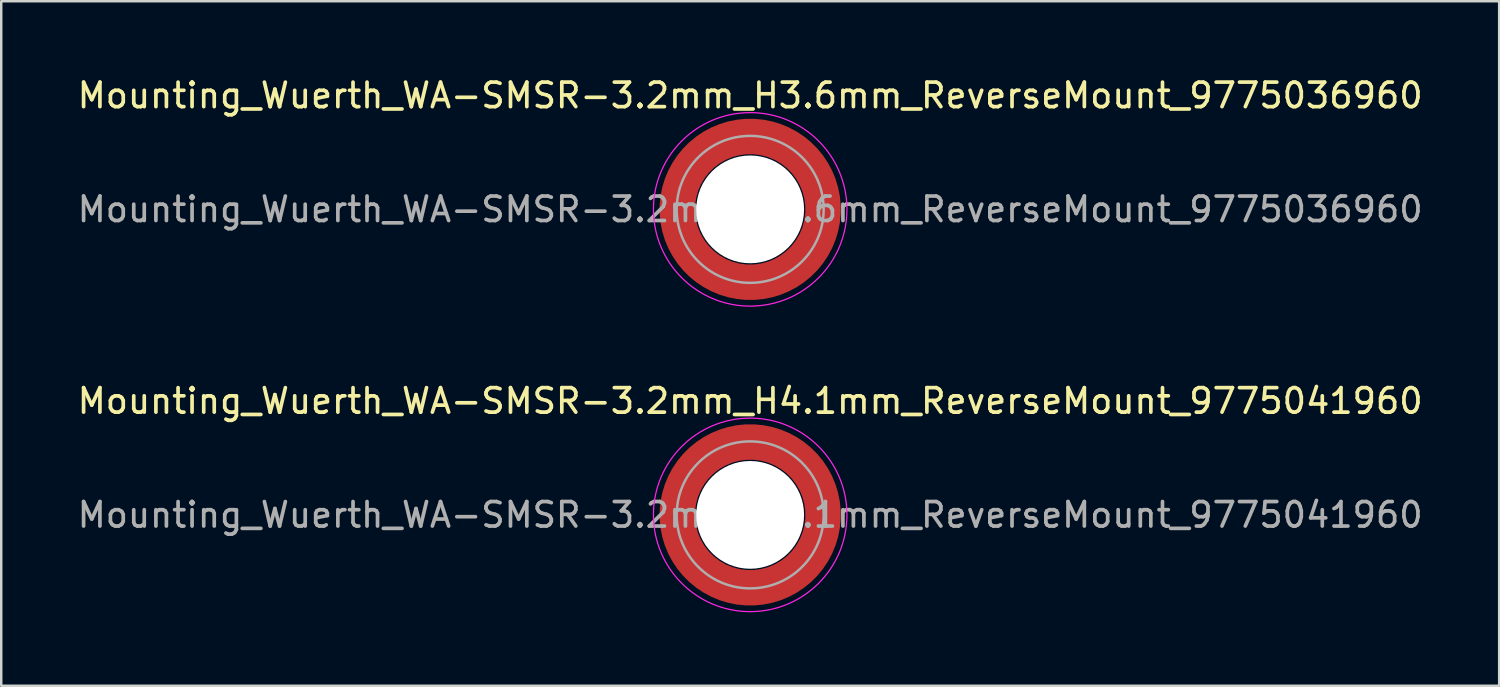
<source format=kicad_pcb>
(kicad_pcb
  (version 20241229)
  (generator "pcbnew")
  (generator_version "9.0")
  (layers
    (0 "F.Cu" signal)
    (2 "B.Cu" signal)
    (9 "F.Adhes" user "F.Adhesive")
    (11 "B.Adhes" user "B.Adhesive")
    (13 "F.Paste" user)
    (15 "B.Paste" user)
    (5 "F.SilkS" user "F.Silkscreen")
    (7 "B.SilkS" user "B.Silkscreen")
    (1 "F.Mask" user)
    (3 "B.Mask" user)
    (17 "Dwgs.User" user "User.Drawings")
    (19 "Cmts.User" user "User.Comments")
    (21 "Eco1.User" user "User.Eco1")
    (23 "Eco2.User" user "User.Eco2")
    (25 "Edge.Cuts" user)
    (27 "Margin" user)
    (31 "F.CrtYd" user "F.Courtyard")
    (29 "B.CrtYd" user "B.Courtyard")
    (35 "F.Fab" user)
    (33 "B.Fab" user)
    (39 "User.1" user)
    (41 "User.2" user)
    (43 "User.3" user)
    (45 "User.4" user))
  (footprint "Mounting_Wuerth_WA-SMSR-3.2mm_H3.6mm_ReverseMount_9775036960"
    (layer "F.Cu")
    (at 27.577 5.498)
    (property "Reference" "Mounting_Wuerth_WA-SMSR-3.2mm_H3.6mm_ReverseMount_9775036960" (at 0 -4.65 0) (layer "F.SilkS") (effects (font (size 1 1) (thickness 0.15))))
    (attr smd)
    (fp_circle (center 0 0) (end 3.95 0) (stroke (width 0.05) (type solid)) (fill no) (layer "F.CrtYd"))
    (fp_circle (center 0 0) (end 3 0) (stroke (width 0.1) (type solid)) (fill no) (layer "F.Fab"))
    (fp_text user "${REFERENCE}" (at 0 0 0) (layer "F.Fab") (effects (font (size 1 1) (thickness 0.15))))
    (pad "" smd custom (at -2.095 -2.095) (size 0.945 0.945) (layers "F.Paste") (options (anchor circle)) (primitives (gr_arc (start -0.24231 1.594804) (mid 0.404104 0.405534) (end 1.592827 -0.241886) (width 0.2)) (gr_arc (start -0.3398 1.594804) (mid 0.335987 0.338711) (end 1.591031 -0.339022) (width 0.2)) (gr_arc (start -0.437132 1.594804) (mid 0.268952 0.270807) (end 1.592231 -0.436623) (width 0.2)) (gr_arc (start -0.534324 1.594804) (mid 0.201345 0.203474) (end 1.591846 -0.53376) (width 0.2)) (gr_arc (start -0.631391 1.594804) (mid 0.134696 0.135183) (end 1.594126 -0.631267) (width 0.2)) (gr_arc (start -0.728345 1.594804) (mid 0.067234 0.067705) (end 1.594149 -0.728229) (width 0.2)) (gr_arc (start -0.825197 1.594804) (mid -0.001218 0.001219) (end 1.591408 -0.824614) (width 0.2)) (gr_arc (start -0.921958 1.594804) (mid -0.068952 -0.065985) (end 1.590665 -0.921269) (width 0.2)) (gr_arc (start -1.018637 1.594804) (mid -0.135972 -0.133906) (end 1.59192 -1.018172) (width 0.2)) (gr_arc (start -1.115239 1.594804) (mid -0.20428 -0.200537) (end 1.589574 -1.11442) (width 0.2)) (gr_arc (start -1.211773 1.594804) (mid -0.26993 -0.269828) (end 1.594662 -1.211752) (width 0.2)) (gr_arc (start -1.308244 1.594804) (mid -0.33911 -0.335587) (end 1.589875 -1.307516) (width 0.2)) (gr_arc (start -1.404657 1.594804) (mid -0.405633 -0.404004) (end 1.592524 -1.404331) (width 0.2)) (gr_arc (start -1.404657 1.594804) (mid -0.405633 -0.404004) (end 1.592524 -1.404331) (width 0.2)) (gr_line (start 1.595 -0.242) (end 1.595 -1.405) (width 0.2)) (gr_line (start -0.242 1.595) (end -1.405 1.595) (width 0.2))))
    (pad "" smd custom (at -2.095 2.095) (size 0.945 0.945) (layers "F.Paste") (options (anchor circle)) (primitives (gr_arc (start 1.594804 0.24231) (mid 0.405534 -0.404104) (end -0.241886 -1.592827) (width 0.2)) (gr_arc (start 1.594804 0.3398) (mid 0.338711 -0.335987) (end -0.339022 -1.591031) (width 0.2)) (gr_arc (start 1.594804 0.437132) (mid 0.270807 -0.268952) (end -0.436623 -1.592231) (width 0.2)) (gr_arc (start 1.594804 0.534324) (mid 0.203474 -0.201345) (end -0.53376 -1.591846) (width 0.2)) (gr_arc (start 1.594804 0.631391) (mid 0.135183 -0.134696) (end -0.631267 -1.594126) (width 0.2)) (gr_arc (start 1.594804 0.728345) (mid 0.067705 -0.067234) (end -0.728229 -1.594149) (width 0.2)) (gr_arc (start 1.594804 0.825197) (mid 0.001219 0.001218) (end -0.824614 -1.591408) (width 0.2)) (gr_arc (start 1.594804 0.921958) (mid -0.065985 0.068952) (end -0.921269 -1.590665) (width 0.2)) (gr_arc (start 1.594804 1.018637) (mid -0.133906 0.135972) (end -1.018172 -1.59192) (width 0.2)) (gr_arc (start 1.594804 1.115239) (mid -0.200537 0.20428) (end -1.11442 -1.589574) (width 0.2)) (gr_arc (start 1.594804 1.211773) (mid -0.269828 0.26993) (end -1.211752 -1.594662) (width 0.2)) (gr_arc (start 1.594804 1.308244) (mid -0.335587 0.33911) (end -1.307516 -1.589875) (width 0.2)) (gr_arc (start 1.594804 1.404657) (mid -0.404004 0.405633) (end -1.404331 -1.592524) (width 0.2)) (gr_arc (start 1.594804 1.404657) (mid -0.404004 0.405633) (end -1.404331 -1.592524) (width 0.2)) (gr_line (start -0.242 -1.595) (end -1.405 -1.595) (width 0.2)) (gr_line (start 1.595 0.242) (end 1.595 1.405) (width 0.2))))
    (pad "" np_thru_hole circle (at 0 0) (size 4.4 4.4) (drill 4.4) (layers "*.Cu" "*.Mask"))
    (pad "" smd custom (at 2.095 -2.095) (size 0.945 0.945) (layers "F.Paste") (options (anchor circle)) (primitives (gr_arc (start -1.594804 -0.24231) (mid -0.405534 0.404104) (end 0.241886 1.592827) (width 0.2)) (gr_arc (start -1.594804 -0.3398) (mid -0.338711 0.335987) (end 0.339022 1.591031) (width 0.2)) (gr_arc (start -1.594804 -0.437132) (mid -0.270807 0.268952) (end 0.436623 1.592231) (width 0.2)) (gr_arc (start -1.594804 -0.534324) (mid -0.203474 0.201345) (end 0.53376 1.591846) (width 0.2)) (gr_arc (start -1.594804 -0.631391) (mid -0.135183 0.134696) (end 0.631267 1.594126) (width 0.2)) (gr_arc (start -1.594804 -0.728345) (mid -0.067705 0.067234) (end 0.728229 1.594149) (width 0.2)) (gr_arc (start -1.594804 -0.825197) (mid -0.001219 -0.001218) (end 0.824614 1.591408) (width 0.2)) (gr_arc (start -1.594804 -0.921958) (mid 0.065985 -0.068952) (end 0.921269 1.590665) (width 0.2)) (gr_arc (start -1.594804 -1.018637) (mid 0.133906 -0.135972) (end 1.018172 1.59192) (width 0.2)) (gr_arc (start -1.594804 -1.115239) (mid 0.200537 -0.20428) (end 1.11442 1.589574) (width 0.2)) (gr_arc (start -1.594804 -1.211773) (mid 0.269828 -0.26993) (end 1.211752 1.594662) (width 0.2)) (gr_arc (start -1.594804 -1.308244) (mid 0.335587 -0.33911) (end 1.307516 1.589875) (width 0.2)) (gr_arc (start -1.594804 -1.404657) (mid 0.404004 -0.405633) (end 1.404331 1.592524) (width 0.2)) (gr_arc (start -1.594804 -1.404657) (mid 0.404004 -0.405633) (end 1.404331 1.592524) (width 0.2)) (gr_line (start 0.242 1.595) (end 1.405 1.595) (width 0.2)) (gr_line (start -1.595 -0.242) (end -1.595 -1.405) (width 0.2))))
    (pad "" smd custom (at 2.095 2.095) (size 0.945 0.945) (layers "F.Paste") (options (anchor circle)) (primitives (gr_arc (start 0.24231 -1.594804) (mid -0.404104 -0.405534) (end -1.592827 0.241886) (width 0.2)) (gr_arc (start 0.3398 -1.594804) (mid -0.335987 -0.338711) (end -1.591031 0.339022) (width 0.2)) (gr_arc (start 0.437132 -1.594804) (mid -0.268952 -0.270807) (end -1.592231 0.436623) (width 0.2)) (gr_arc (start 0.534324 -1.594804) (mid -0.201345 -0.203474) (end -1.591846 0.53376) (width 0.2)) (gr_arc (start 0.631391 -1.594804) (mid -0.134696 -0.135183) (end -1.594126 0.631267) (width 0.2)) (gr_arc (start 0.728345 -1.594804) (mid -0.067234 -0.067705) (end -1.594149 0.728229) (width 0.2)) (gr_arc (start 0.825197 -1.594804) (mid 0.001218 -0.001219) (end -1.591408 0.824614) (width 0.2)) (gr_arc (start 0.921958 -1.594804) (mid 0.068952 0.065985) (end -1.590665 0.921269) (width 0.2)) (gr_arc (start 1.018637 -1.594804) (mid 0.135972 0.133906) (end -1.59192 1.018172) (width 0.2)) (gr_arc (start 1.115239 -1.594804) (mid 0.20428 0.200537) (end -1.589574 1.11442) (width 0.2)) (gr_arc (start 1.211773 -1.594804) (mid 0.26993 0.269828) (end -1.594662 1.211752) (width 0.2)) (gr_arc (start 1.308244 -1.594804) (mid 0.33911 0.335587) (end -1.589875 1.307516) (width 0.2)) (gr_arc (start 1.404657 -1.594804) (mid 0.405633 0.404004) (end -1.592524 1.404331) (width 0.2)) (gr_arc (start 1.404657 -1.594804) (mid 0.405633 0.404004) (end -1.592524 1.404331) (width 0.2)) (gr_line (start -1.595 0.242) (end -1.595 1.405) (width 0.2)) (gr_line (start 0.242 -1.595) (end 1.405 -1.595) (width 0.2))))
    (pad "1" smd circle (at -2.975 0) (size 1.05 1.05) (layers "F.Cu"))
    (pad "1" smd circle (at 0 -2.975) (size 1.05 1.05) (layers "F.Cu"))
    (pad "1" smd circle (at 0 2.975) (size 1.05 1.05) (layers "F.Cu"))
    (pad "1" smd custom (at 2.975 0) (size 1.05 1.05) (layers "F.Cu" "F.Mask") (options (anchor circle)) (primitives (gr_circle (center -2.975 0) (end 0 0) (width 1.45) (fill no)))))
  (footprint "Mounting_Wuerth_WA-SMSR-3.2mm_H4.1mm_ReverseMount_9775041960"
    (layer "F.Cu")
    (at 27.577 17.971)
    (property "Reference" "Mounting_Wuerth_WA-SMSR-3.2mm_H4.1mm_ReverseMount_9775041960" (at 0 -4.65 0) (layer "F.SilkS") (effects (font (size 1 1) (thickness 0.15))))
    (attr smd)
    (fp_circle (center 0 0) (end 3.95 0) (stroke (width 0.05) (type solid)) (fill no) (layer "F.CrtYd"))
    (fp_circle (center 0 0) (end 3 0) (stroke (width 0.1) (type solid)) (fill no) (layer "F.Fab"))
    (fp_text user "${REFERENCE}" (at 0 0 0) (layer "F.Fab") (effects (font (size 1 1) (thickness 0.15))))
    (pad "" smd custom (at -2.095 -2.095) (size 0.945 0.945) (layers "F.Paste") (options (anchor circle)) (primitives (gr_arc (start -0.24231 1.594804) (mid 0.404104 0.405534) (end 1.592827 -0.241886) (width 0.2)) (gr_arc (start -0.3398 1.594804) (mid 0.335987 0.338711) (end 1.591031 -0.339022) (width 0.2)) (gr_arc (start -0.437132 1.594804) (mid 0.268952 0.270807) (end 1.592231 -0.436623) (width 0.2)) (gr_arc (start -0.534324 1.594804) (mid 0.201345 0.203474) (end 1.591846 -0.53376) (width 0.2)) (gr_arc (start -0.631391 1.594804) (mid 0.134696 0.135183) (end 1.594126 -0.631267) (width 0.2)) (gr_arc (start -0.728345 1.594804) (mid 0.067234 0.067705) (end 1.594149 -0.728229) (width 0.2)) (gr_arc (start -0.825197 1.594804) (mid -0.001218 0.001219) (end 1.591408 -0.824614) (width 0.2)) (gr_arc (start -0.921958 1.594804) (mid -0.068952 -0.065985) (end 1.590665 -0.921269) (width 0.2)) (gr_arc (start -1.018637 1.594804) (mid -0.135972 -0.133906) (end 1.59192 -1.018172) (width 0.2)) (gr_arc (start -1.115239 1.594804) (mid -0.20428 -0.200537) (end 1.589574 -1.11442) (width 0.2)) (gr_arc (start -1.211773 1.594804) (mid -0.26993 -0.269828) (end 1.594662 -1.211752) (width 0.2)) (gr_arc (start -1.308244 1.594804) (mid -0.33911 -0.335587) (end 1.589875 -1.307516) (width 0.2)) (gr_arc (start -1.404657 1.594804) (mid -0.405633 -0.404004) (end 1.592524 -1.404331) (width 0.2)) (gr_arc (start -1.404657 1.594804) (mid -0.405633 -0.404004) (end 1.592524 -1.404331) (width 0.2)) (gr_line (start 1.595 -0.242) (end 1.595 -1.405) (width 0.2)) (gr_line (start -0.242 1.595) (end -1.405 1.595) (width 0.2))))
    (pad "" smd custom (at -2.095 2.095) (size 0.945 0.945) (layers "F.Paste") (options (anchor circle)) (primitives (gr_arc (start 1.594804 0.24231) (mid 0.405534 -0.404104) (end -0.241886 -1.592827) (width 0.2)) (gr_arc (start 1.594804 0.3398) (mid 0.338711 -0.335987) (end -0.339022 -1.591031) (width 0.2)) (gr_arc (start 1.594804 0.437132) (mid 0.270807 -0.268952) (end -0.436623 -1.592231) (width 0.2)) (gr_arc (start 1.594804 0.534324) (mid 0.203474 -0.201345) (end -0.53376 -1.591846) (width 0.2)) (gr_arc (start 1.594804 0.631391) (mid 0.135183 -0.134696) (end -0.631267 -1.594126) (width 0.2)) (gr_arc (start 1.594804 0.728345) (mid 0.067705 -0.067234) (end -0.728229 -1.594149) (width 0.2)) (gr_arc (start 1.594804 0.825197) (mid 0.001219 0.001218) (end -0.824614 -1.591408) (width 0.2)) (gr_arc (start 1.594804 0.921958) (mid -0.065985 0.068952) (end -0.921269 -1.590665) (width 0.2)) (gr_arc (start 1.594804 1.018637) (mid -0.133906 0.135972) (end -1.018172 -1.59192) (width 0.2)) (gr_arc (start 1.594804 1.115239) (mid -0.200537 0.20428) (end -1.11442 -1.589574) (width 0.2)) (gr_arc (start 1.594804 1.211773) (mid -0.269828 0.26993) (end -1.211752 -1.594662) (width 0.2)) (gr_arc (start 1.594804 1.308244) (mid -0.335587 0.33911) (end -1.307516 -1.589875) (width 0.2)) (gr_arc (start 1.594804 1.404657) (mid -0.404004 0.405633) (end -1.404331 -1.592524) (width 0.2)) (gr_arc (start 1.594804 1.404657) (mid -0.404004 0.405633) (end -1.404331 -1.592524) (width 0.2)) (gr_line (start -0.242 -1.595) (end -1.405 -1.595) (width 0.2)) (gr_line (start 1.595 0.242) (end 1.595 1.405) (width 0.2))))
    (pad "" np_thru_hole circle (at 0 0) (size 4.4 4.4) (drill 4.4) (layers "*.Cu" "*.Mask"))
    (pad "" smd custom (at 2.095 -2.095) (size 0.945 0.945) (layers "F.Paste") (options (anchor circle)) (primitives (gr_arc (start -1.594804 -0.24231) (mid -0.405534 0.404104) (end 0.241886 1.592827) (width 0.2)) (gr_arc (start -1.594804 -0.3398) (mid -0.338711 0.335987) (end 0.339022 1.591031) (width 0.2)) (gr_arc (start -1.594804 -0.437132) (mid -0.270807 0.268952) (end 0.436623 1.592231) (width 0.2)) (gr_arc (start -1.594804 -0.534324) (mid -0.203474 0.201345) (end 0.53376 1.591846) (width 0.2)) (gr_arc (start -1.594804 -0.631391) (mid -0.135183 0.134696) (end 0.631267 1.594126) (width 0.2)) (gr_arc (start -1.594804 -0.728345) (mid -0.067705 0.067234) (end 0.728229 1.594149) (width 0.2)) (gr_arc (start -1.594804 -0.825197) (mid -0.001219 -0.001218) (end 0.824614 1.591408) (width 0.2)) (gr_arc (start -1.594804 -0.921958) (mid 0.065985 -0.068952) (end 0.921269 1.590665) (width 0.2)) (gr_arc (start -1.594804 -1.018637) (mid 0.133906 -0.135972) (end 1.018172 1.59192) (width 0.2)) (gr_arc (start -1.594804 -1.115239) (mid 0.200537 -0.20428) (end 1.11442 1.589574) (width 0.2)) (gr_arc (start -1.594804 -1.211773) (mid 0.269828 -0.26993) (end 1.211752 1.594662) (width 0.2)) (gr_arc (start -1.594804 -1.308244) (mid 0.335587 -0.33911) (end 1.307516 1.589875) (width 0.2)) (gr_arc (start -1.594804 -1.404657) (mid 0.404004 -0.405633) (end 1.404331 1.592524) (width 0.2)) (gr_arc (start -1.594804 -1.404657) (mid 0.404004 -0.405633) (end 1.404331 1.592524) (width 0.2)) (gr_line (start 0.242 1.595) (end 1.405 1.595) (width 0.2)) (gr_line (start -1.595 -0.242) (end -1.595 -1.405) (width 0.2))))
    (pad "" smd custom (at 2.095 2.095) (size 0.945 0.945) (layers "F.Paste") (options (anchor circle)) (primitives (gr_arc (start 0.24231 -1.594804) (mid -0.404104 -0.405534) (end -1.592827 0.241886) (width 0.2)) (gr_arc (start 0.3398 -1.594804) (mid -0.335987 -0.338711) (end -1.591031 0.339022) (width 0.2)) (gr_arc (start 0.437132 -1.594804) (mid -0.268952 -0.270807) (end -1.592231 0.436623) (width 0.2)) (gr_arc (start 0.534324 -1.594804) (mid -0.201345 -0.203474) (end -1.591846 0.53376) (width 0.2)) (gr_arc (start 0.631391 -1.594804) (mid -0.134696 -0.135183) (end -1.594126 0.631267) (width 0.2)) (gr_arc (start 0.728345 -1.594804) (mid -0.067234 -0.067705) (end -1.594149 0.728229) (width 0.2)) (gr_arc (start 0.825197 -1.594804) (mid 0.001218 -0.001219) (end -1.591408 0.824614) (width 0.2)) (gr_arc (start 0.921958 -1.594804) (mid 0.068952 0.065985) (end -1.590665 0.921269) (width 0.2)) (gr_arc (start 1.018637 -1.594804) (mid 0.135972 0.133906) (end -1.59192 1.018172) (width 0.2)) (gr_arc (start 1.115239 -1.594804) (mid 0.20428 0.200537) (end -1.589574 1.11442) (width 0.2)) (gr_arc (start 1.211773 -1.594804) (mid 0.26993 0.269828) (end -1.594662 1.211752) (width 0.2)) (gr_arc (start 1.308244 -1.594804) (mid 0.33911 0.335587) (end -1.589875 1.307516) (width 0.2)) (gr_arc (start 1.404657 -1.594804) (mid 0.405633 0.404004) (end -1.592524 1.404331) (width 0.2)) (gr_arc (start 1.404657 -1.594804) (mid 0.405633 0.404004) (end -1.592524 1.404331) (width 0.2)) (gr_line (start -1.595 0.242) (end -1.595 1.405) (width 0.2)) (gr_line (start 0.242 -1.595) (end 1.405 -1.595) (width 0.2))))
    (pad "1" smd circle (at -2.975 0) (size 1.05 1.05) (layers "F.Cu"))
    (pad "1" smd circle (at 0 -2.975) (size 1.05 1.05) (layers "F.Cu"))
    (pad "1" smd circle (at 0 2.975) (size 1.05 1.05) (layers "F.Cu"))
    (pad "1" smd custom (at 2.975 0) (size 1.05 1.05) (layers "F.Cu" "F.Mask") (options (anchor circle)) (primitives (gr_circle (center -2.975 0) (end 0 0) (width 1.45) (fill no)))))
  (gr_rect
    (start -3 -3)
    (end 58.155 24.947)
    (stroke (width 0.1) (type default))
    (fill no)
    (layer "Edge.Cuts")))
</source>
